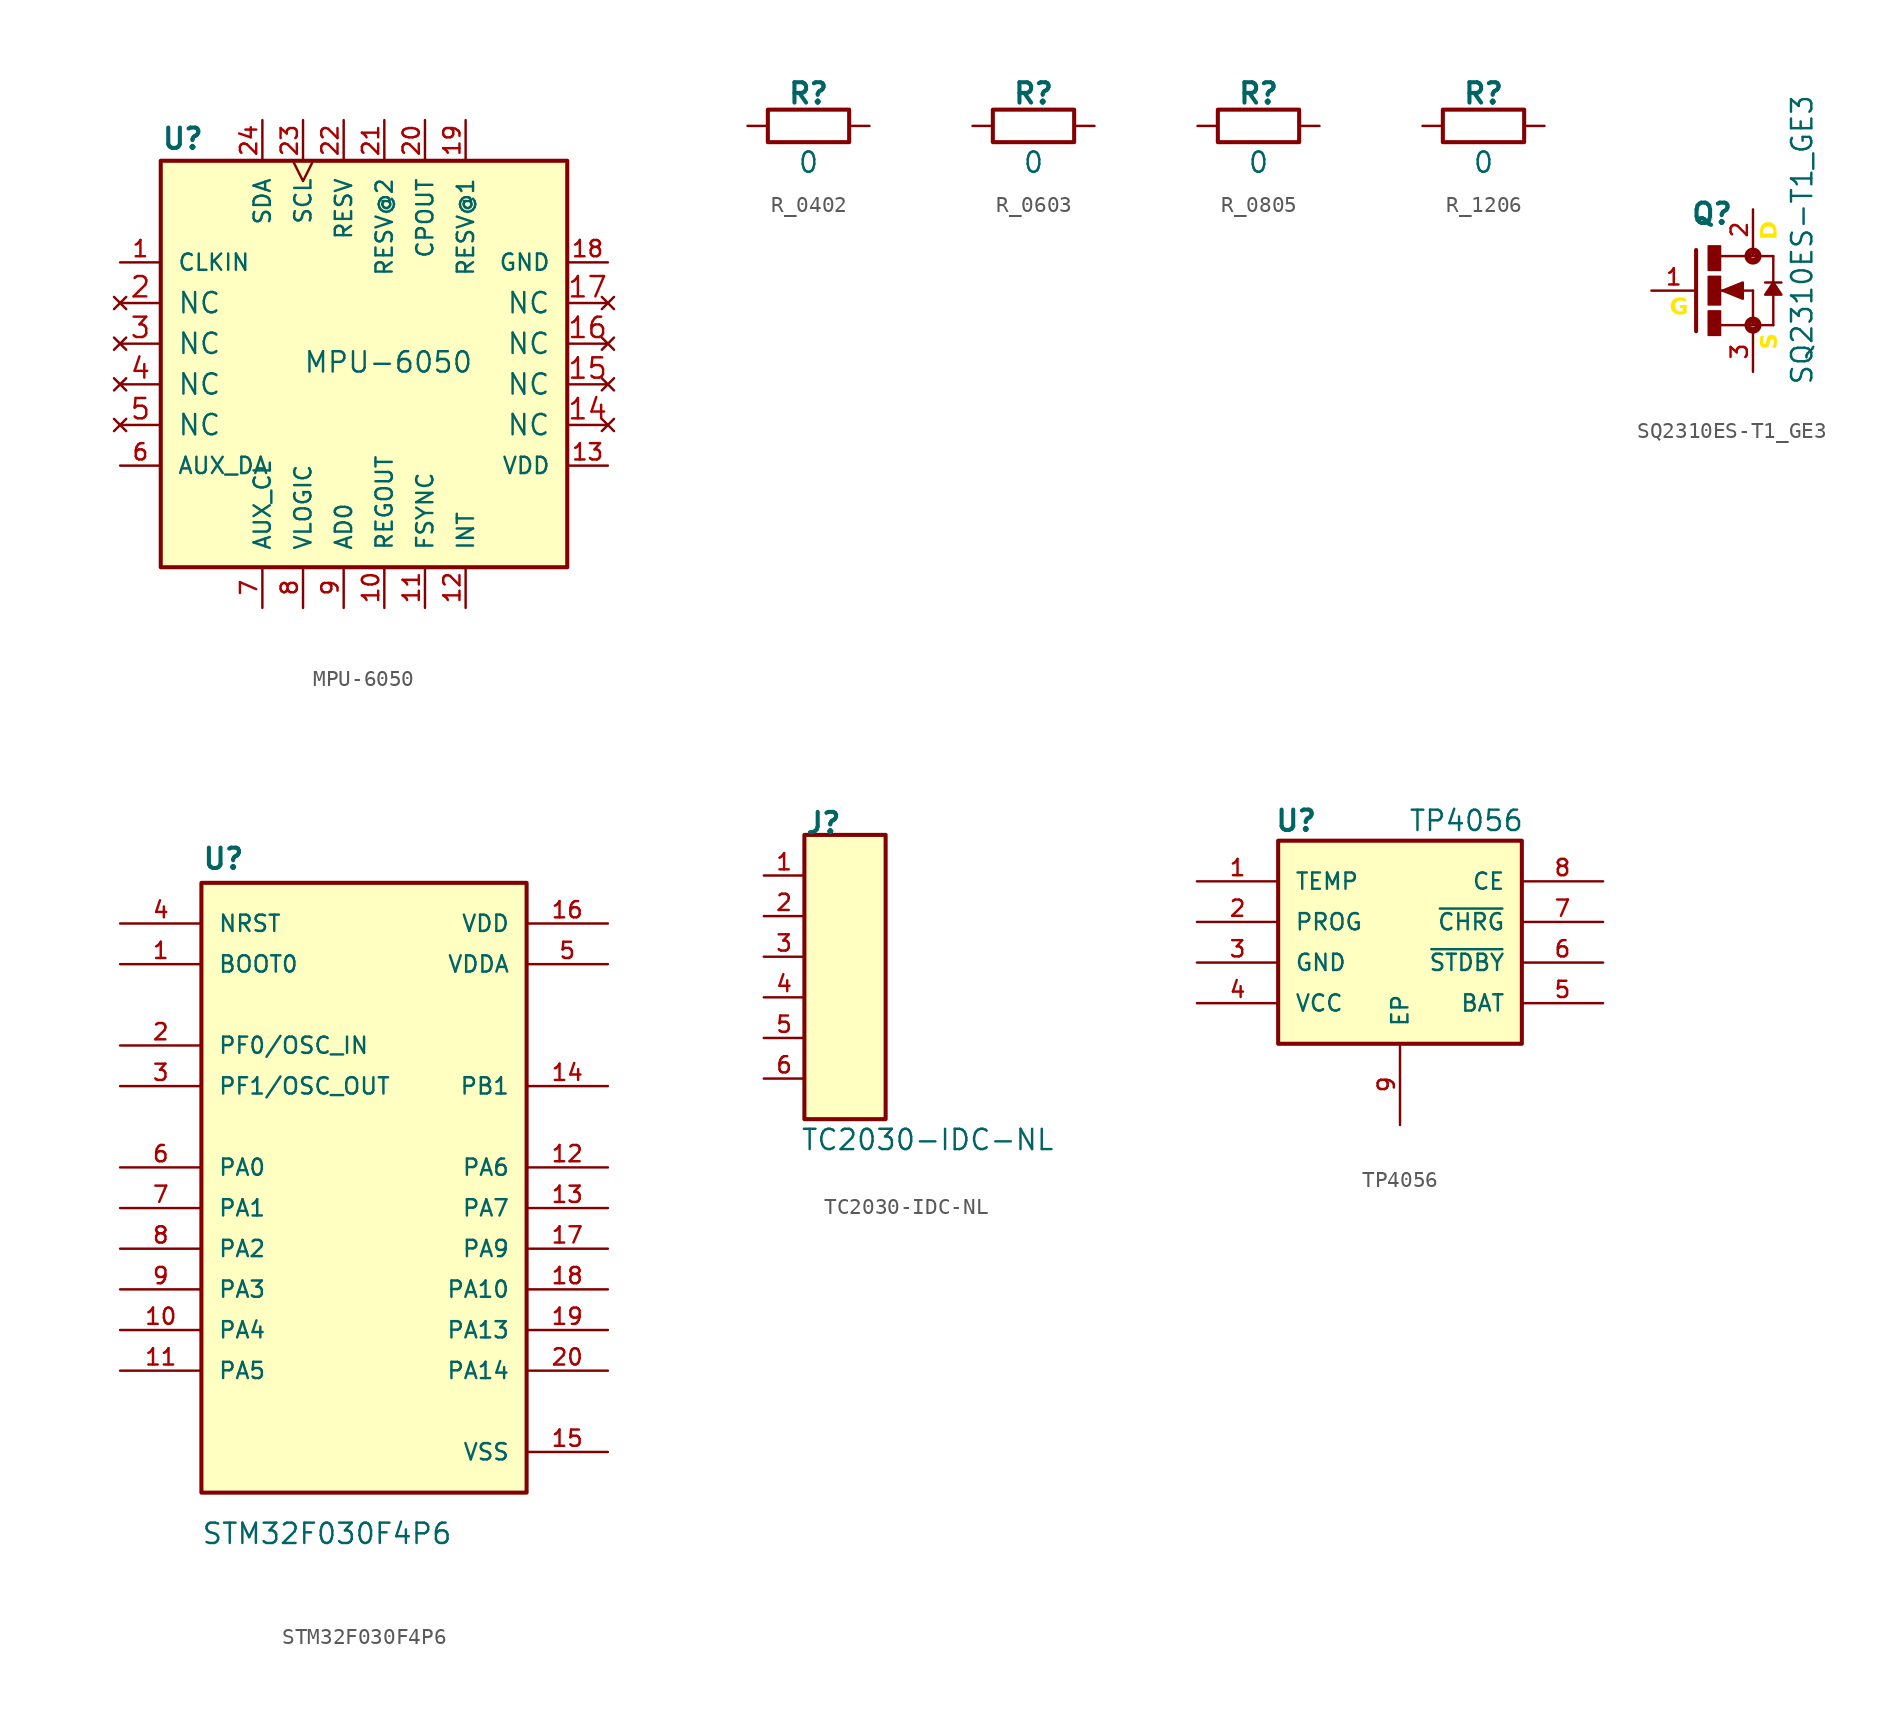
<source format=kicad_sym>
(kicad_symbol_lib
  (version 20220914)
  (generator kicad_symbol_editor)
  (symbol "MPU-6050"
    (pin_names
      (offset 1.016))
    (property "Reference" "U"
      (at -12.7 13.335 0)
      (effects (font (size 1.27 1.27) bold) (justify left bottom)))
    (property "Value" "MPU-6050"
      (at -3.81 -0.635 0)
      (effects (font (size 1.27 1.27)) (justify left bottom)))
    (symbol "MPU-6050_0_0"
      (pin input line (at -15.24 6.35 0) (length 2.54) (name "CLKIN" (effects (font (size 1.016 1.016)))) (number "1" (effects (font (size 1.016 1.016)))))
      (pin passive line (at 1.27 -15.24 90) (length 2.54) (name "REGOUT" (effects (font (size 1.016 1.016)))) (number "10" (effects (font (size 1.016 1.016)))))
      (pin input line (at 3.81 -15.24 90) (length 2.54) (name "FSYNC" (effects (font (size 1.016 1.016)))) (number "11" (effects (font (size 1.016 1.016)))))
      (pin output line (at 6.35 -15.24 90) (length 2.54) (name "INT" (effects (font (size 1.016 1.016)))) (number "12" (effects (font (size 1.016 1.016)))))
      (pin power_in line (at 15.24 -6.35 180) (length 2.54) (name "VDD" (effects (font (size 1.016 1.016)))) (number "13" (effects (font (size 1.016 1.016)))))
      (pin power_in line (at 15.24 6.35 180) (length 2.54) (name "GND" (effects (font (size 1.016 1.016)))) (number "18" (effects (font (size 1.016 1.016)))))
      (pin passive line (at 6.35 15.24 270) (length 2.54) (name "RESV@1" (effects (font (size 1.016 1.016)))) (number "19" (effects (font (size 1.016 1.016)))))
      (pin no_connect line (at -15.24 3.81 0) (length 2.54) (name "NC" (effects (font (size 1.27 1.27)))) (number "2" (effects (font (size 1.27 1.27)))))
      (pin passive line (at 3.81 15.24 270) (length 2.54) (name "CPOUT" (effects (font (size 1.016 1.016)))) (number "20" (effects (font (size 1.016 1.016)))))
      (pin passive line (at 1.27 15.24 270) (length 2.54) (name "RESV@2" (effects (font (size 1.016 1.016)))) (number "21" (effects (font (size 1.016 1.016)))))
      (pin passive line (at -1.27 15.24 270) (length 2.54) (name "RESV" (effects (font (size 1.016 1.016)))) (number "22" (effects (font (size 1.016 1.016)))))
      (pin input clock (at -3.81 15.24 270) (length 2.54) (name "SCL" (effects (font (size 1.016 1.016)))) (number "23" (effects (font (size 1.016 1.016)))))
      (pin bidirectional line (at -6.35 15.24 270) (length 2.54) (name "SDA" (effects (font (size 1.016 1.016)))) (number "24" (effects (font (size 1.016 1.016)))))
      (pin bidirectional line (at -15.24 -6.35 0) (length 2.54) (name "AUX_DA" (effects (font (size 1.016 1.016)))) (number "6" (effects (font (size 1.016 1.016)))))
      (pin input line (at -6.35 -15.24 90) (length 2.54) (name "AUX_CL" (effects (font (size 1.016 1.016)))) (number "7" (effects (font (size 1.016 1.016)))))
      (pin power_in line (at -3.81 -15.24 90) (length 2.54) (name "VLOGIC" (effects (font (size 1.016 1.016)))) (number "8" (effects (font (size 1.016 1.016)))))
      (pin input line (at -1.27 -15.24 90) (length 2.54) (name "AD0" (effects (font (size 1.016 1.016)))) (number "9" (effects (font (size 1.016 1.016))))))
    (symbol "MPU-6050_1_0"
      (rectangle (start -12.7 12.7) (end 12.7 -12.7) (stroke (width 0.254) (type default)) (fill (type background)))
      (pin no_connect line (at 15.24 -3.81 180) (length 2.54) (name "NC" (effects (font (size 1.27 1.27)))) (number "14" (effects (font (size 1.27 1.27)))))
      (pin no_connect line (at 15.24 -1.27 180) (length 2.54) (name "NC" (effects (font (size 1.27 1.27)))) (number "15" (effects (font (size 1.27 1.27)))))
      (pin no_connect line (at 15.24 1.27 180) (length 2.54) (name "NC" (effects (font (size 1.27 1.27)))) (number "16" (effects (font (size 1.27 1.27)))))
      (pin no_connect line (at 15.24 3.81 180) (length 2.54) (name "NC" (effects (font (size 1.27 1.27)))) (number "17" (effects (font (size 1.27 1.27)))))
      (pin no_connect line (at -15.24 1.27 0) (length 2.54) (name "NC" (effects (font (size 1.27 1.27)))) (number "3" (effects (font (size 1.27 1.27)))))
      (pin no_connect line (at -15.24 -1.27 0) (length 2.54) (name "NC" (effects (font (size 1.27 1.27)))) (number "4" (effects (font (size 1.27 1.27)))))
      (pin no_connect line (at -15.24 -3.81 0) (length 2.54) (name "NC" (effects (font (size 1.27 1.27)))) (number "5" (effects (font (size 1.27 1.27)))))))
  (symbol "R_0402"
    (pin_numbers hide)
    (pin_names
      (offset 0) hide)
    (property "Reference" "R"
      (at 0 2.032 0)
      (effects (font (size 1.27 1.27) bold)))
    (property "Value" "0\n"
      (at 0 -2.286 0)
      (effects (font (size 1.27 1.27))))
    (symbol "R_0402_0_1"
      (rectangle (start -2.54 1.016) (end 2.54 -1.016) (stroke (width 0.254) (type default)) (fill (type none))))
    (symbol "R_0402_1_1"
      (pin passive line (at -3.81 0 0) (length 1.27) (name "~" (effects (font (size 1.27 1.27)))) (number "1" (effects (font (size 1.27 1.27)))))
      (pin passive line (at 3.81 0 180) (length 1.27) (name "~" (effects (font (size 1.27 1.27)))) (number "2" (effects (font (size 1.27 1.27)))))))
  (symbol "R_0603"
    (pin_numbers hide)
    (pin_names
      (offset 0) hide)
    (property "Reference" "R"
      (at 0 2.032 0)
      (effects (font (size 1.27 1.27) bold)))
    (property "Value" "0"
      (at 0 -2.286 0)
      (effects (font (size 1.27 1.27))))
    (symbol "R_0603_0_1"
      (rectangle (start -2.54 1.016) (end 2.54 -1.016) (stroke (width 0.254) (type default)) (fill (type none))))
    (symbol "R_0603_1_1"
      (pin passive line (at -3.81 0 0) (length 1.27) (name "~" (effects (font (size 1.27 1.27)))) (number "1" (effects (font (size 1.27 1.27)))))
      (pin passive line (at 3.81 0 180) (length 1.27) (name "~" (effects (font (size 1.27 1.27)))) (number "2" (effects (font (size 1.27 1.27)))))))
  (symbol "R_0805"
    (pin_numbers hide)
    (pin_names
      (offset 0) hide)
    (property "Reference" "R"
      (at 0 2.032 0)
      (effects (font (size 1.27 1.27) bold)))
    (property "Value" "0"
      (at 0 -2.286 0)
      (effects (font (size 1.27 1.27))))
    (symbol "R_0805_0_1"
      (rectangle (start -2.54 1.016) (end 2.54 -1.016) (stroke (width 0.254) (type default)) (fill (type none))))
    (symbol "R_0805_1_1"
      (pin passive line (at -3.81 0 0) (length 1.27) (name "~" (effects (font (size 1.27 1.27)))) (number "1" (effects (font (size 1.27 1.27)))))
      (pin passive line (at 3.81 0 180) (length 1.27) (name "~" (effects (font (size 1.27 1.27)))) (number "2" (effects (font (size 1.27 1.27)))))))
  (symbol "R_1206"
    (pin_numbers hide)
    (pin_names
      (offset 0) hide)
    (property "Reference" "R"
      (at 0 2.032 0)
      (effects (font (size 1.27 1.27) bold)))
    (property "Value" "0"
      (at 0 -2.286 0)
      (effects (font (size 1.27 1.27))))
    (symbol "R_1206_0_1"
      (rectangle (start -2.54 1.016) (end 2.54 -1.016) (stroke (width 0.254) (type default)) (fill (type none))))
    (symbol "R_1206_1_1"
      (pin passive line (at -3.81 0 0) (length 1.27) (name "~" (effects (font (size 1.27 1.27)))) (number "1" (effects (font (size 1.27 1.27)))))
      (pin passive line (at 3.81 0 180) (length 1.27) (name "~" (effects (font (size 1.27 1.27)))) (number "2" (effects (font (size 1.27 1.27)))))))
  (symbol "SQ2310ES-T1_GE3"
    (pin_names
      (offset 1.016))
    (property "Reference" "Q"
      (at -1.397 4.064 0)
      (effects (font (size 1.27 1.27) bold) (justify left bottom)))
    (property "Value" "SQ2310ES-T1_GE3"
      (at 6.35 -5.969 90)
      (effects (font (size 1.27 1.27)) (justify left bottom)))
    (symbol "SQ2310ES-T1_GE3_0_0"
      (rectangle (start -0.254 -2.794) (end 0.508 -1.27) (stroke (width 0.1) (type default)) (fill (type outline)))
      (rectangle (start -0.254 -0.889) (end 0.508 0.889) (stroke (width 0.1) (type default)) (fill (type outline)))
      (rectangle (start -0.254 1.27) (end 0.508 2.794) (stroke (width 0.1) (type default)) (fill (type outline)))
      (polyline (pts (xy -1.016 2.54) (xy -1.016 -2.54)) (stroke (width 0.254) (type default)) (fill (type none)))
      (polyline (pts (xy 0.381 0) (xy 2.54 0)) (stroke (width 0.152) (type default)) (fill (type none)))
      (polyline (pts (xy 0.508 -2.159) (xy 2.54 -2.159)) (stroke (width 0.152) (type default)) (fill (type none)))
      (polyline (pts (xy 2.54 0) (xy 2.54 -2.159)) (stroke (width 0.152) (type default)) (fill (type none)))
      (polyline (pts (xy 2.54 2.159) (xy 0.533 2.159)) (stroke (width 0.152) (type default)) (fill (type none)))
      (polyline (pts (xy 2.54 2.54) (xy 2.54 2.159)) (stroke (width 0.152) (type default)) (fill (type none)))
      (polyline (pts (xy 3.302 0.508) (xy 3.81 0.508)) (stroke (width 0.152) (type default)) (fill (type none)))
      (polyline (pts (xy 3.81 -2.159) (xy 2.54 -2.159)) (stroke (width 0.152) (type default)) (fill (type none)))
      (polyline (pts (xy 3.81 -2.159) (xy 3.81 -0.127)) (stroke (width 0.152) (type default)) (fill (type none)))
      (polyline (pts (xy 3.81 0.508) (xy 3.81 2.159)) (stroke (width 0.152) (type default)) (fill (type none)))
      (polyline (pts (xy 3.81 0.508) (xy 4.318 0.508)) (stroke (width 0.152) (type default)) (fill (type none)))
      (polyline (pts (xy 3.81 2.159) (xy 2.54 2.159)) (stroke (width 0.152) (type default)) (fill (type none)))
      (polyline (pts (xy 0.635 0) (xy 1.905 -0.508) (xy 1.905 0.508) (xy 0.635 0)) (stroke (width 0.152) (type default)) (fill (type outline)))
      (polyline (pts (xy 3.81 0.508) (xy 3.302 -0.254) (xy 4.318 -0.254) (xy 3.81 0.508)) (stroke (width 0.152) (type default)) (fill (type outline)))
      (circle (center 2.54 -2.159) (radius 0.127) (stroke (width 0.406) (type default)) (fill (type none)))
      (circle (center 2.54 2.159) (radius 0.127) (stroke (width 0.406) (type default)) (fill (type none))))
    (symbol "SQ2310ES-T1_GE3_1_0"
      (text "D" (at 4.191 3.175 900) (effects (font (face "Calibri") (size 1.016 1.016) bold (color 255 231 0 1)) (justify left bottom)))
      (text "G" (at -2.667 -1.651 0) (effects (font (face "Calibri") (size 1.016 1.016) bold (color 255 231 0 1)) (justify left bottom)))
      (text "S" (at 4.191 -3.683 900) (effects (font (face "Calibri") (size 1.016 1.016) bold (color 255 231 0 1)) (justify left bottom)))
      (pin passive line (at -3.81 0 0) (length 2.794) (name "" (effects (font (size 1.016 1.016)))) (number "1" (effects (font (size 1.016 1.016)))))
      (pin passive line (at 2.54 5.08 270) (length 2.54) (name "" (effects (font (size 1.016 1.016)))) (number "2" (effects (font (size 1.016 1.016)))))
      (pin passive line (at 2.54 -5.08 90) (length 2.54) (name "" (effects (font (size 1.016 1.016)))) (number "3" (effects (font (size 1.016 1.016)))))))
  (symbol "STM32F030F4P6"
    (pin_names
      (offset 1.016))
    (property "Reference" "U"
      (at -76.2 16.002 0)
      (do_not_autoplace)
      (effects (font (size 1.27 1.27) bold) (justify left bottom)))
    (property "Value" "STM32F030F4P6"
      (at -76.221 -26.169 0)
      (do_not_autoplace)
      (effects (font (size 1.27 1.27)) (justify left bottom)))
    (symbol "STM32F030F4P6_0_0"
      (rectangle (start -76.2 15.24) (end -55.88 -22.86) (stroke (width 0.254) (type default)) (fill (type background)))
      (pin input line (at -81.28 10.16 0) (length 5.08) (name "BOOT0" (effects (font (size 1.016 1.016)))) (number "1" (effects (font (size 1.016 1.016)))))
      (pin power_in line (at -50.8 12.7 180) (length 5.08) (name "VDD" (effects (font (size 1.016 1.016)))) (number "16" (effects (font (size 1.016 1.016)))))
      (pin bidirectional line (at -81.28 5.08 0) (length 5.08) (name "PF0/OSC_IN" (effects (font (size 1.016 1.016)))) (number "2" (effects (font (size 1.016 1.016)))))
      (pin bidirectional line (at -81.28 12.7 0) (length 5.08) (name "NRST" (effects (font (size 1.016 1.016)))) (number "4" (effects (font (size 1.016 1.016)))))
      (pin power_in line (at -50.8 10.16 180) (length 5.08) (name "VDDA" (effects (font (size 1.016 1.016)))) (number "5" (effects (font (size 1.016 1.016))))))
    (symbol "STM32F030F4P6_1_0"
      (pin bidirectional line (at -81.28 -12.7 0) (length 5.08) (name "PA4" (effects (font (size 1.016 1.016)))) (number "10" (effects (font (size 1.016 1.016)))))
      (pin bidirectional line (at -81.28 -15.24 0) (length 5.08) (name "PA5" (effects (font (size 1.016 1.016)))) (number "11" (effects (font (size 1.016 1.016)))))
      (pin bidirectional line (at -50.8 -2.54 180) (length 5.08) (name "PA6" (effects (font (size 1.016 1.016)))) (number "12" (effects (font (size 1.016 1.016)))))
      (pin bidirectional line (at -50.8 -5.08 180) (length 5.08) (name "PA7" (effects (font (size 1.016 1.016)))) (number "13" (effects (font (size 1.016 1.016)))))
      (pin bidirectional line (at -50.8 2.54 180) (length 5.08) (name "PB1" (effects (font (size 1.016 1.016)))) (number "14" (effects (font (size 1.016 1.016)))))
      (pin passive line (at -50.8 -20.32 180) (length 5.08) (name "VSS" (effects (font (size 1.016 1.016)))) (number "15" (effects (font (size 1.016 1.016)))))
      (pin bidirectional line (at -50.8 -7.62 180) (length 5.08) (name "PA9" (effects (font (size 1.016 1.016)))) (number "17" (effects (font (size 1.016 1.016)))))
      (pin bidirectional line (at -50.8 -10.16 180) (length 5.08) (name "PA10" (effects (font (size 1.016 1.016)))) (number "18" (effects (font (size 1.016 1.016)))))
      (pin bidirectional line (at -50.8 -12.7 180) (length 5.08) (name "PA13" (effects (font (size 1.016 1.016)))) (number "19" (effects (font (size 1.016 1.016)))))
      (pin bidirectional line (at -50.8 -15.24 180) (length 5.08) (name "PA14" (effects (font (size 1.016 1.016)))) (number "20" (effects (font (size 1.016 1.016)))))
      (pin bidirectional line (at -81.28 2.54 0) (length 5.08) (name "PF1/OSC_OUT" (effects (font (size 1.016 1.016)))) (number "3" (effects (font (size 1.016 1.016)))))
      (pin bidirectional line (at -81.28 -2.54 0) (length 5.08) (name "PA0" (effects (font (size 1.016 1.016)))) (number "6" (effects (font (size 1.016 1.016)))))
      (pin bidirectional line (at -81.28 -5.08 0) (length 5.08) (name "PA1" (effects (font (size 1.016 1.016)))) (number "7" (effects (font (size 1.016 1.016)))))
      (pin bidirectional line (at -81.28 -7.62 0) (length 5.08) (name "PA2" (effects (font (size 1.016 1.016)))) (number "8" (effects (font (size 1.016 1.016)))))
      (pin bidirectional line (at -81.28 -10.16 0) (length 5.08) (name "PA3" (effects (font (size 1.016 1.016)))) (number "9" (effects (font (size 1.016 1.016)))))))
  (symbol "TC2030-IDC-NL"
    (pin_names
      (offset 1.016) hide)
    (property "Reference" "J"
      (at -5.08 10.16 0)
      (do_not_autoplace)
      (effects (font (size 1.27 1.27) bold) (justify left bottom)))
    (property "Value" "TC2030-IDC-NL"
      (at -5.334 -9.652 0)
      (do_not_autoplace)
      (effects (font (size 1.27 1.27)) (justify left bottom)))
    (symbol "TC2030-IDC-NL_0_0"
      (rectangle (start -5.08 10.16) (end 0 -7.62) (stroke (width 0.254) (type default)) (fill (type background)))
      (pin passive line (at -7.62 5.08 0) (length 2.54) (name "2" (effects (font (size 1.016 1.016)))) (number "2" (effects (font (size 1.016 1.016)))))
      (pin passive line (at -7.62 2.54 0) (length 2.54) (name "3" (effects (font (size 1.016 1.016)))) (number "3" (effects (font (size 1.016 1.016)))))
      (pin passive line (at -7.62 0 0) (length 2.54) (name "4" (effects (font (size 1.016 1.016)))) (number "4" (effects (font (size 1.016 1.016)))))
      (pin passive line (at -7.62 -2.54 0) (length 2.54) (name "5" (effects (font (size 1.016 1.016)))) (number "5" (effects (font (size 1.016 1.016)))))
      (pin passive line (at -7.62 -5.08 0) (length 2.54) (name "6" (effects (font (size 1.016 1.016)))) (number "6" (effects (font (size 1.016 1.016))))))
    (symbol "TC2030-IDC-NL_1_0"
      (pin passive line (at -7.62 7.62 0) (length 2.54) (name "1" (effects (font (size 1.016 1.016)))) (number "1" (effects (font (size 1.016 1.016)))))))
  (symbol "TP4056"
    (pin_names
      (offset 1.016))
    (property "Reference" "U"
      (at -7.874 10.668 0)
      (effects (font (size 1.27 1.27) bold) (justify left bottom)))
    (property "Value" "TP4056"
      (at 0.508 10.668 0)
      (effects (font (size 1.27 1.27)) (justify left bottom)))
    (symbol "TP4056_0_0"
      (rectangle (start -7.62 10.16) (end 7.62 -2.54) (stroke (width 0.254) (type default)) (fill (type background)))
      (pin input line (at -12.7 7.62 0) (length 5.08) (name "TEMP" (effects (font (size 1.016 1.016)))) (number "1" (effects (font (size 1.016 1.016)))))
      (pin bidirectional line (at -12.7 5.08 0) (length 5.08) (name "PROG" (effects (font (size 1.016 1.016)))) (number "2" (effects (font (size 1.016 1.016)))))
      (pin output line (at 12.7 2.54 180) (length 5.08) (name "~{STDBY}" (effects (font (size 1.016 1.016)))) (number "6" (effects (font (size 1.016 1.016)))))
      (pin output line (at 12.7 5.08 180) (length 5.08) (name "~{CHRG}" (effects (font (size 1.016 1.016)))) (number "7" (effects (font (size 1.016 1.016)))))
      (pin input line (at 12.7 7.62 180) (length 5.08) (name "CE" (effects (font (size 1.016 1.016)))) (number "8" (effects (font (size 1.016 1.016))))))
    (symbol "TP4056_1_0"
      (pin power_in line (at -12.7 2.54 0) (length 5.08) (name "GND" (effects (font (size 1.016 1.016)))) (number "3" (effects (font (size 1.016 1.016)))))
      (pin power_in line (at -12.7 0 0) (length 5.08) (name "VCC" (effects (font (size 1.016 1.016)))) (number "4" (effects (font (size 1.016 1.016)))))
      (pin passive line (at 12.7 0 180) (length 5.08) (name "BAT" (effects (font (size 1.016 1.016)))) (number "5" (effects (font (size 1.016 1.016)))))
      (pin passive line (at 0 -7.62 90) (length 5.08) (name "EP" (effects (font (size 1.016 1.016)))) (number "9" (effects (font (size 1.016 1.016))))))))
</source>
